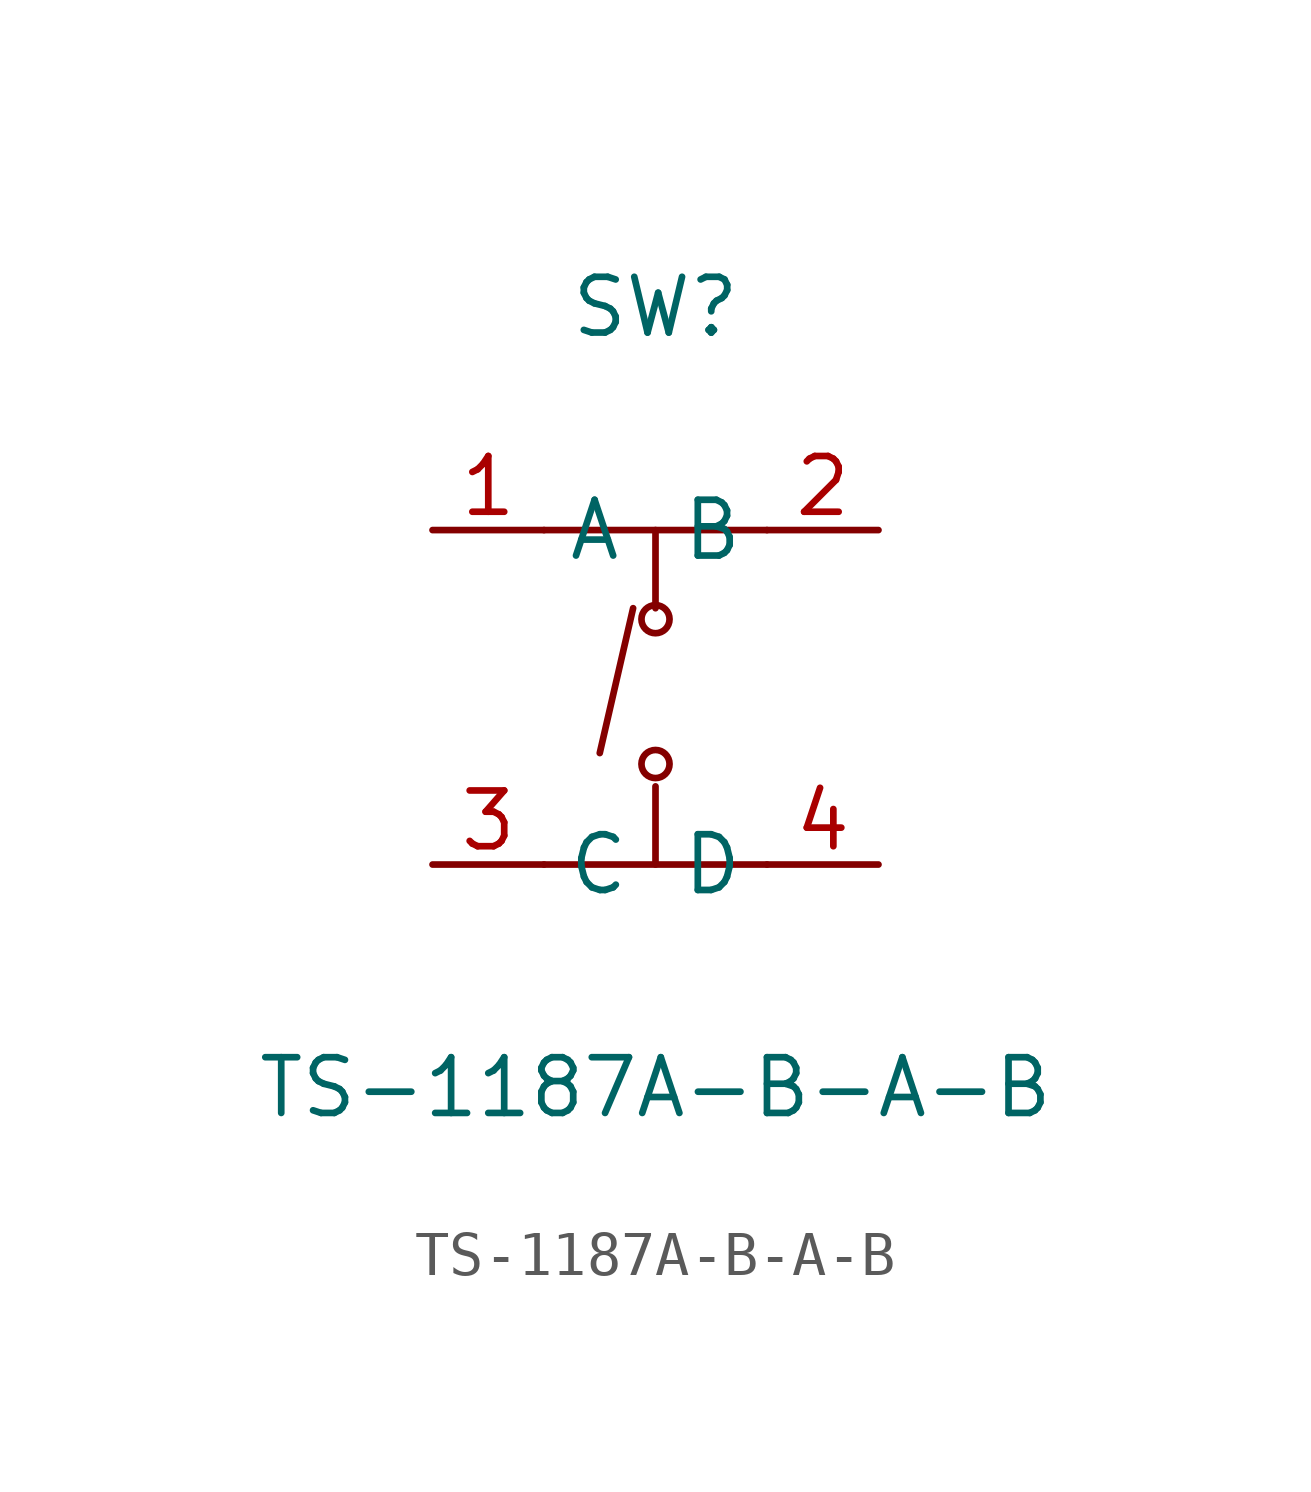
<source format=kicad_sym>
(kicad_symbol_lib
  (version 20211014)
  (generator https://github.com/uPesy/easyeda2kicad.py)
  (symbol "TS-1187A-B-A-B"
    (property "Reference" "SW"
      (at 0 7.62 0)
      (effects (font (size 1.27 1.27))))
    (property "Value" "TS-1187A-B-A-B"
      (at 0 -10.16 0)
      (effects (font (size 1.27 1.27))))
    (symbol "TS-1187A-B-A-B_0_1"
      (circle (center 0.00 0.51) (radius 0.32) (stroke (width 0) (type default) (color 0 0 0 0)) (fill (type none)))
      (circle (center 0.00 -2.79) (radius 0.32) (stroke (width 0) (type default) (color 0 0 0 0)) (fill (type none)))
      (polyline (pts (xy -2.54 -5.08) (xy 2.54 -5.08)) (stroke (width 0) (type default) (color 0 0 0 0)) (fill (type none)))
      (polyline (pts (xy -2.54 2.54) (xy 2.54 2.54)) (stroke (width 0) (type default) (color 0 0 0 0)) (fill (type none)))
      (polyline (pts (xy 0.00 0.76) (xy 0.00 2.54)) (stroke (width 0) (type default) (color 0 0 0 0)) (fill (type none)))
      (polyline (pts (xy 0.00 -3.30) (xy 0.00 -5.08)) (stroke (width 0) (type default) (color 0 0 0 0)) (fill (type none)))
      (polyline (pts (xy -0.51 0.76) (xy -1.27 -2.54)) (stroke (width 0) (type default) (color 0 0 0 0)) (fill (type none)))
      (pin unspecified line (at 5.08 2.54 180) (length 2.54) (name "B" (effects (font (size 1.27 1.27)))) (number "2" (effects (font (size 1.27 1.27)))))
      (pin unspecified line (at -5.08 2.54 0) (length 2.54) (name "A" (effects (font (size 1.27 1.27)))) (number "1" (effects (font (size 1.27 1.27)))))
      (pin unspecified line (at 5.08 -5.08 180) (length 2.54) (name "D" (effects (font (size 1.27 1.27)))) (number "4" (effects (font (size 1.27 1.27)))))
      (pin unspecified line (at -5.08 -5.08 0) (length 2.54) (name "C" (effects (font (size 1.27 1.27)))) (number "3" (effects (font (size 1.27 1.27))))))))
</source>
